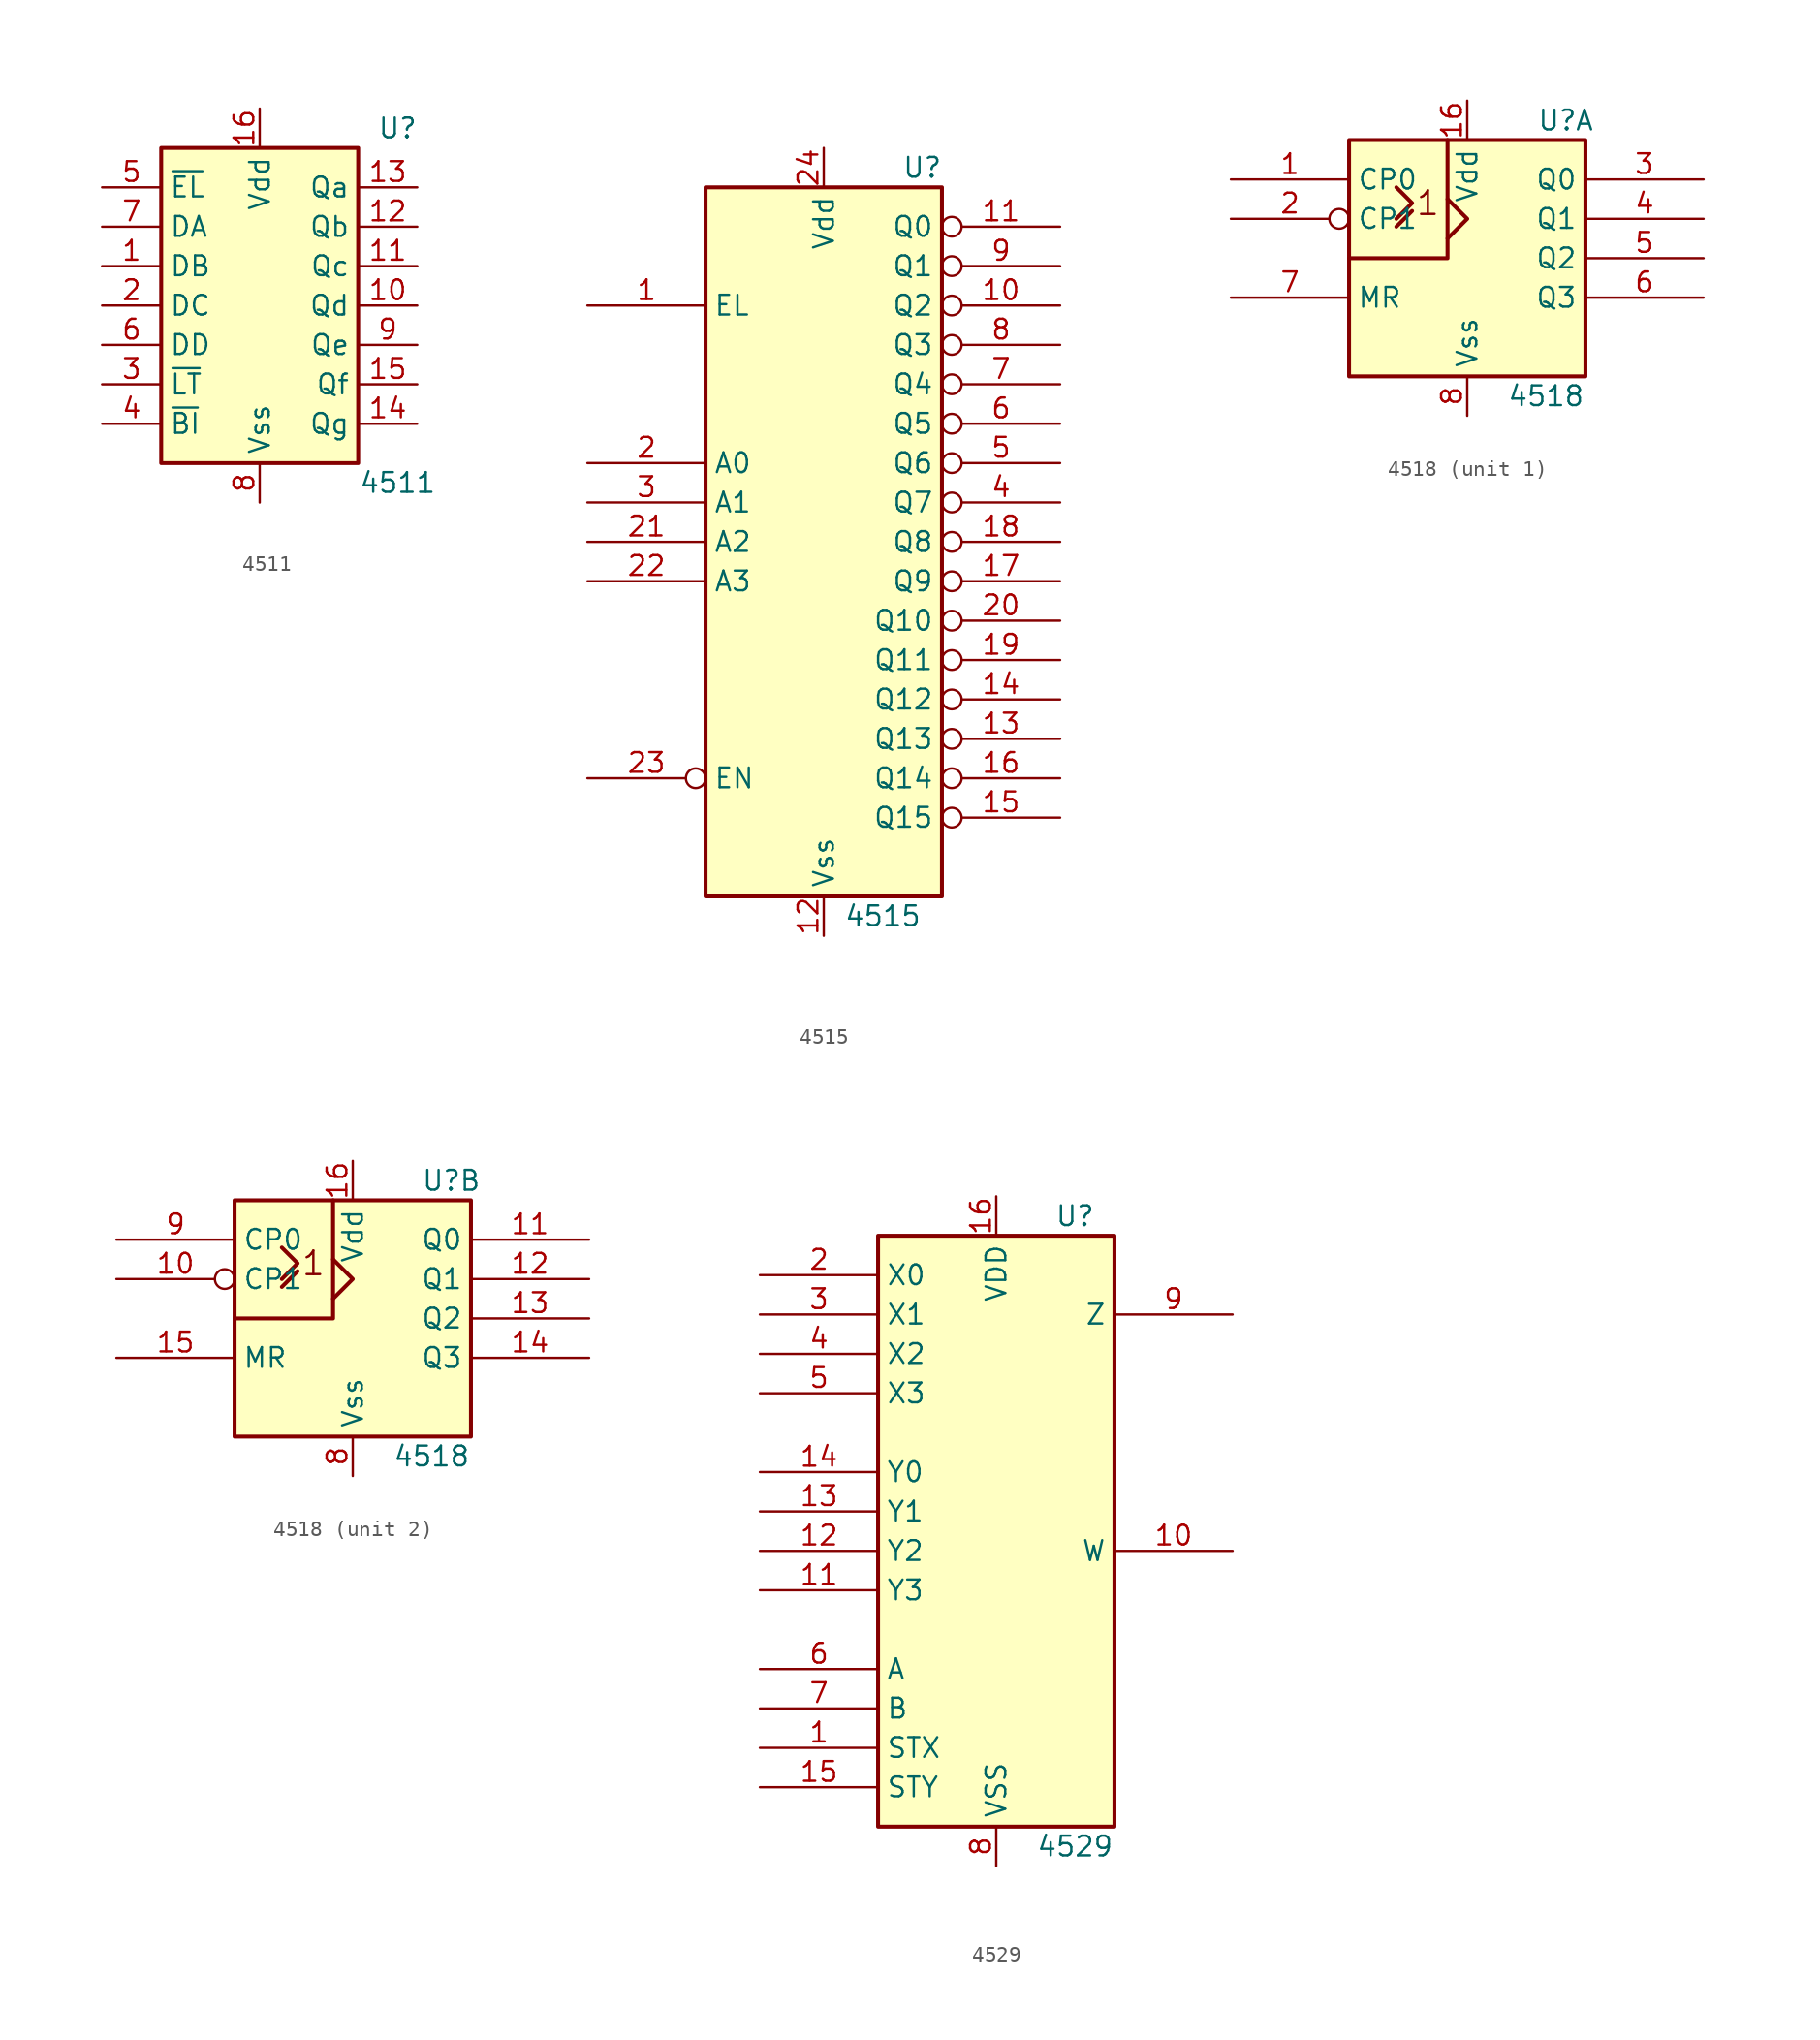
<source format=kicad_sym>
(kicad_symbol_lib
  (version 20241209)
  (generator "kicad_symbol_editor")
  (generator_version "9.0")
  (symbol "4511"
    (property "Reference" "U"
      (at 8.89 11.43 0)
      (effects (font (size 1.27 1.27))))
    (property "Value" "4511"
      (at 8.89 -11.43 0)
      (effects (font (size 1.27 1.27))))
    (symbol "4511_0_1"
      (rectangle (start -6.35 10.16) (end 6.35 -10.16) (stroke (width 0.254) (type default)) (fill (type background))))
    (symbol "4511_1_1"
      (pin input line (at -10.16 7.62 0) (length 3.81) (name "~{EL}" (effects (font (size 1.27 1.27)))) (number "5" (effects (font (size 1.27 1.27)))))
      (pin input line (at -10.16 5.08 0) (length 3.81) (name "DA" (effects (font (size 1.27 1.27)))) (number "7" (effects (font (size 1.27 1.27)))))
      (pin input line (at -10.16 2.54 0) (length 3.81) (name "DB" (effects (font (size 1.27 1.27)))) (number "1" (effects (font (size 1.27 1.27)))))
      (pin input line (at -10.16 0 0) (length 3.81) (name "DC" (effects (font (size 1.27 1.27)))) (number "2" (effects (font (size 1.27 1.27)))))
      (pin input line (at -10.16 -2.54 0) (length 3.81) (name "DD" (effects (font (size 1.27 1.27)))) (number "6" (effects (font (size 1.27 1.27)))))
      (pin input line (at -10.16 -5.08 0) (length 3.81) (name "~{LT}" (effects (font (size 1.27 1.27)))) (number "3" (effects (font (size 1.27 1.27)))))
      (pin input line (at -10.16 -7.62 0) (length 3.81) (name "~{BI}" (effects (font (size 1.27 1.27)))) (number "4" (effects (font (size 1.27 1.27)))))
      (pin power_in line (at 0 12.7 270) (length 2.54) (name "Vdd" (effects (font (size 1.27 1.27)))) (number "16" (effects (font (size 1.27 1.27)))))
      (pin power_in line (at 0 -12.7 90) (length 2.54) (name "Vss" (effects (font (size 1.27 1.27)))) (number "8" (effects (font (size 1.27 1.27)))))
      (pin output line (at 10.16 7.62 180) (length 3.81) (name "Qa" (effects (font (size 1.27 1.27)))) (number "13" (effects (font (size 1.27 1.27)))))
      (pin output line (at 10.16 5.08 180) (length 3.81) (name "Qb" (effects (font (size 1.27 1.27)))) (number "12" (effects (font (size 1.27 1.27)))))
      (pin output line (at 10.16 2.54 180) (length 3.81) (name "Qc" (effects (font (size 1.27 1.27)))) (number "11" (effects (font (size 1.27 1.27)))))
      (pin output line (at 10.16 0 180) (length 3.81) (name "Qd" (effects (font (size 1.27 1.27)))) (number "10" (effects (font (size 1.27 1.27)))))
      (pin output line (at 10.16 -2.54 180) (length 3.81) (name "Qe" (effects (font (size 1.27 1.27)))) (number "9" (effects (font (size 1.27 1.27)))))
      (pin output line (at 10.16 -5.08 180) (length 3.81) (name "Qf" (effects (font (size 1.27 1.27)))) (number "15" (effects (font (size 1.27 1.27)))))
      (pin output line (at 10.16 -7.62 180) (length 3.81) (name "Qg" (effects (font (size 1.27 1.27)))) (number "14" (effects (font (size 1.27 1.27)))))))
  (symbol "4515"
    (property "Reference" "U"
      (at 6.35 24.13 0)
      (effects (font (size 1.27 1.27))))
    (property "Value" "4515"
      (at 3.81 -24.13 0)
      (effects (font (size 1.27 1.27))))
    (symbol "4515_0_1"
      (rectangle (start -7.62 22.86) (end 7.62 -22.86) (stroke (width 0.254) (type default)) (fill (type background))))
    (symbol "4515_1_1"
      (pin input line (at -15.24 15.24 0) (length 7.62) (name "EL" (effects (font (size 1.27 1.27)))) (number "1" (effects (font (size 1.27 1.27)))))
      (pin input line (at -15.24 5.08 0) (length 7.62) (name "A0" (effects (font (size 1.27 1.27)))) (number "2" (effects (font (size 1.27 1.27)))))
      (pin input line (at -15.24 2.54 0) (length 7.62) (name "A1" (effects (font (size 1.27 1.27)))) (number "3" (effects (font (size 1.27 1.27)))))
      (pin input line (at -15.24 0 0) (length 7.62) (name "A2" (effects (font (size 1.27 1.27)))) (number "21" (effects (font (size 1.27 1.27)))))
      (pin input line (at -15.24 -2.54 0) (length 7.62) (name "A3" (effects (font (size 1.27 1.27)))) (number "22" (effects (font (size 1.27 1.27)))))
      (pin input inverted (at -15.24 -15.24 0) (length 7.62) (name "EN" (effects (font (size 1.27 1.27)))) (number "23" (effects (font (size 1.27 1.27)))))
      (pin power_in line (at 0 25.4 270) (length 2.54) (name "Vdd" (effects (font (size 1.27 1.27)))) (number "24" (effects (font (size 1.27 1.27)))))
      (pin power_in line (at 0 -25.4 90) (length 2.54) (name "Vss" (effects (font (size 1.27 1.27)))) (number "12" (effects (font (size 1.27 1.27)))))
      (pin output inverted (at 15.24 20.32 180) (length 7.62) (name "Q0" (effects (font (size 1.27 1.27)))) (number "11" (effects (font (size 1.27 1.27)))))
      (pin output inverted (at 15.24 17.78 180) (length 7.62) (name "Q1" (effects (font (size 1.27 1.27)))) (number "9" (effects (font (size 1.27 1.27)))))
      (pin output inverted (at 15.24 15.24 180) (length 7.62) (name "Q2" (effects (font (size 1.27 1.27)))) (number "10" (effects (font (size 1.27 1.27)))))
      (pin output inverted (at 15.24 12.7 180) (length 7.62) (name "Q3" (effects (font (size 1.27 1.27)))) (number "8" (effects (font (size 1.27 1.27)))))
      (pin output inverted (at 15.24 10.16 180) (length 7.62) (name "Q4" (effects (font (size 1.27 1.27)))) (number "7" (effects (font (size 1.27 1.27)))))
      (pin output inverted (at 15.24 7.62 180) (length 7.62) (name "Q5" (effects (font (size 1.27 1.27)))) (number "6" (effects (font (size 1.27 1.27)))))
      (pin output inverted (at 15.24 5.08 180) (length 7.62) (name "Q6" (effects (font (size 1.27 1.27)))) (number "5" (effects (font (size 1.27 1.27)))))
      (pin output inverted (at 15.24 2.54 180) (length 7.62) (name "Q7" (effects (font (size 1.27 1.27)))) (number "4" (effects (font (size 1.27 1.27)))))
      (pin output inverted (at 15.24 0 180) (length 7.62) (name "Q8" (effects (font (size 1.27 1.27)))) (number "18" (effects (font (size 1.27 1.27)))))
      (pin output inverted (at 15.24 -2.54 180) (length 7.62) (name "Q9" (effects (font (size 1.27 1.27)))) (number "17" (effects (font (size 1.27 1.27)))))
      (pin output inverted (at 15.24 -5.08 180) (length 7.62) (name "Q10" (effects (font (size 1.27 1.27)))) (number "20" (effects (font (size 1.27 1.27)))))
      (pin output inverted (at 15.24 -7.62 180) (length 7.62) (name "Q11" (effects (font (size 1.27 1.27)))) (number "19" (effects (font (size 1.27 1.27)))))
      (pin output inverted (at 15.24 -10.16 180) (length 7.62) (name "Q12" (effects (font (size 1.27 1.27)))) (number "14" (effects (font (size 1.27 1.27)))))
      (pin output inverted (at 15.24 -12.7 180) (length 7.62) (name "Q13" (effects (font (size 1.27 1.27)))) (number "13" (effects (font (size 1.27 1.27)))))
      (pin output inverted (at 15.24 -15.24 180) (length 7.62) (name "Q14" (effects (font (size 1.27 1.27)))) (number "16" (effects (font (size 1.27 1.27)))))
      (pin output inverted (at 15.24 -17.78 180) (length 7.62) (name "Q15" (effects (font (size 1.27 1.27)))) (number "15" (effects (font (size 1.27 1.27)))))))
  (symbol "4518"
    (property "Reference" "U"
      (at 6.35 8.89 0)
      (effects (font (size 1.27 1.27))))
    (property "Value" "4518"
      (at 5.08 -8.89 0)
      (effects (font (size 1.27 1.27))))
    (symbol "4518_0_0"
      (text "1" (at -2.54 3.556 0) (effects (font (size 1.524 1.524)))))
    (symbol "4518_0_1"
      (rectangle (start -7.62 7.62) (end 7.62 -7.62) (stroke (width 0.254) (type default)) (fill (type background)))
      (polyline (pts (xy -4.572 4.572) (xy -3.556 3.556) (xy -4.572 2.54) (xy -4.572 2.54)) (stroke (width 0.254) (type default)) (fill (type background)))
      (polyline (pts (xy -4.572 2.032) (xy -3.556 3.048) (xy -3.556 3.048)) (stroke (width 0.254) (type default)) (fill (type background)))
      (polyline (pts (xy -1.27 7.62) (xy -1.27 0) (xy -7.62 0) (xy -6.35 0)) (stroke (width 0.254) (type default)) (fill (type background)))
      (polyline (pts (xy -1.27 3.81) (xy 0 2.54) (xy -1.27 1.27) (xy -1.27 1.27)) (stroke (width 0.254) (type default)) (fill (type background)))
      (pin power_in line (at 0 10.16 270) (length 2.54) (name "Vdd" (effects (font (size 1.27 1.27)))) (number "16" (effects (font (size 1.27 1.27)))))
      (pin power_in line (at 0 -10.16 90) (length 2.54) (name "Vss" (effects (font (size 1.27 1.27)))) (number "8" (effects (font (size 1.27 1.27))))))
    (symbol "4518_1_1"
      (pin input line (at -15.24 5.08 0) (length 7.62) (name "CP0" (effects (font (size 1.27 1.27)))) (number "1" (effects (font (size 1.27 1.27)))))
      (pin input inverted (at -15.24 2.54 0) (length 7.62) (name "CP1" (effects (font (size 1.27 1.27)))) (number "2" (effects (font (size 1.27 1.27)))))
      (pin input line (at -15.24 -2.54 0) (length 7.62) (name "MR" (effects (font (size 1.27 1.27)))) (number "7" (effects (font (size 1.27 1.27)))))
      (pin output line (at 15.24 5.08 180) (length 7.62) (name "Q0" (effects (font (size 1.27 1.27)))) (number "3" (effects (font (size 1.27 1.27)))))
      (pin output line (at 15.24 2.54 180) (length 7.62) (name "Q1" (effects (font (size 1.27 1.27)))) (number "4" (effects (font (size 1.27 1.27)))))
      (pin output line (at 15.24 0 180) (length 7.62) (name "Q2" (effects (font (size 1.27 1.27)))) (number "5" (effects (font (size 1.27 1.27)))))
      (pin output line (at 15.24 -2.54 180) (length 7.62) (name "Q3" (effects (font (size 1.27 1.27)))) (number "6" (effects (font (size 1.27 1.27))))))
    (symbol "4518_2_1"
      (pin input line (at -15.24 5.08 0) (length 7.62) (name "CP0" (effects (font (size 1.27 1.27)))) (number "9" (effects (font (size 1.27 1.27)))))
      (pin input inverted (at -15.24 2.54 0) (length 7.62) (name "CP1" (effects (font (size 1.27 1.27)))) (number "10" (effects (font (size 1.27 1.27)))))
      (pin input line (at -15.24 -2.54 0) (length 7.62) (name "MR" (effects (font (size 1.27 1.27)))) (number "15" (effects (font (size 1.27 1.27)))))
      (pin output line (at 15.24 5.08 180) (length 7.62) (name "Q0" (effects (font (size 1.27 1.27)))) (number "11" (effects (font (size 1.27 1.27)))))
      (pin output line (at 15.24 2.54 180) (length 7.62) (name "Q1" (effects (font (size 1.27 1.27)))) (number "12" (effects (font (size 1.27 1.27)))))
      (pin output line (at 15.24 0 180) (length 7.62) (name "Q2" (effects (font (size 1.27 1.27)))) (number "13" (effects (font (size 1.27 1.27)))))
      (pin output line (at 15.24 -2.54 180) (length 7.62) (name "Q3" (effects (font (size 1.27 1.27)))) (number "14" (effects (font (size 1.27 1.27)))))))
  (symbol "4529"
    (property "Reference" "U"
      (at 5.08 21.59 0)
      (effects (font (size 1.27 1.27))))
    (property "Value" "4529"
      (at 5.08 -19.05 0)
      (effects (font (size 1.27 1.27))))
    (symbol "4529_0_1"
      (rectangle (start -7.62 20.32) (end 7.62 -17.78) (stroke (width 0.254) (type default)) (fill (type background))))
    (symbol "4529_1_1"
      (pin input line (at -15.24 17.78 0) (length 7.62) (name "X0" (effects (font (size 1.27 1.27)))) (number "2" (effects (font (size 1.27 1.27)))))
      (pin input line (at -15.24 15.24 0) (length 7.62) (name "X1" (effects (font (size 1.27 1.27)))) (number "3" (effects (font (size 1.27 1.27)))))
      (pin input line (at -15.24 12.7 0) (length 7.62) (name "X2" (effects (font (size 1.27 1.27)))) (number "4" (effects (font (size 1.27 1.27)))))
      (pin input line (at -15.24 10.16 0) (length 7.62) (name "X3" (effects (font (size 1.27 1.27)))) (number "5" (effects (font (size 1.27 1.27)))))
      (pin input line (at -15.24 5.08 0) (length 7.62) (name "Y0" (effects (font (size 1.27 1.27)))) (number "14" (effects (font (size 1.27 1.27)))))
      (pin input line (at -15.24 2.54 0) (length 7.62) (name "Y1" (effects (font (size 1.27 1.27)))) (number "13" (effects (font (size 1.27 1.27)))))
      (pin input line (at -15.24 0 0) (length 7.62) (name "Y2" (effects (font (size 1.27 1.27)))) (number "12" (effects (font (size 1.27 1.27)))))
      (pin input line (at -15.24 -2.54 0) (length 7.62) (name "Y3" (effects (font (size 1.27 1.27)))) (number "11" (effects (font (size 1.27 1.27)))))
      (pin input line (at -15.24 -7.62 0) (length 7.62) (name "A" (effects (font (size 1.27 1.27)))) (number "6" (effects (font (size 1.27 1.27)))))
      (pin input line (at -15.24 -10.16 0) (length 7.62) (name "B" (effects (font (size 1.27 1.27)))) (number "7" (effects (font (size 1.27 1.27)))))
      (pin input line (at -15.24 -12.7 0) (length 7.62) (name "STX" (effects (font (size 1.27 1.27)))) (number "1" (effects (font (size 1.27 1.27)))))
      (pin input line (at -15.24 -15.24 0) (length 7.62) (name "STY" (effects (font (size 1.27 1.27)))) (number "15" (effects (font (size 1.27 1.27)))))
      (pin power_in line (at 0 22.86 270) (length 2.54) (name "VDD" (effects (font (size 1.27 1.27)))) (number "16" (effects (font (size 1.27 1.27)))))
      (pin power_in line (at 0 -20.32 90) (length 2.54) (name "VSS" (effects (font (size 1.27 1.27)))) (number "8" (effects (font (size 1.27 1.27)))))
      (pin tri_state line (at 15.24 15.24 180) (length 7.62) (name "Z" (effects (font (size 1.27 1.27)))) (number "9" (effects (font (size 1.27 1.27)))))
      (pin tri_state line (at 15.24 0 180) (length 7.62) (name "W" (effects (font (size 1.27 1.27)))) (number "10" (effects (font (size 1.27 1.27))))))))
</source>
